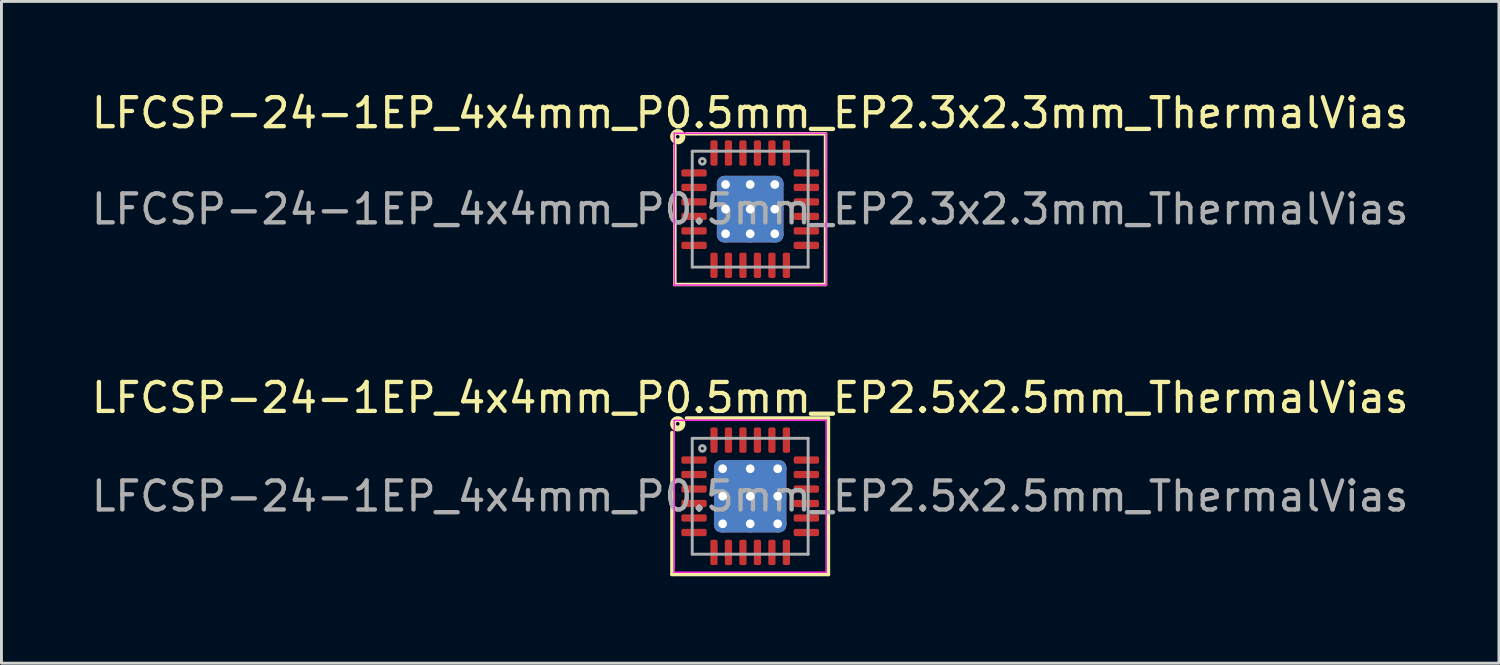
<source format=kicad_pcb>
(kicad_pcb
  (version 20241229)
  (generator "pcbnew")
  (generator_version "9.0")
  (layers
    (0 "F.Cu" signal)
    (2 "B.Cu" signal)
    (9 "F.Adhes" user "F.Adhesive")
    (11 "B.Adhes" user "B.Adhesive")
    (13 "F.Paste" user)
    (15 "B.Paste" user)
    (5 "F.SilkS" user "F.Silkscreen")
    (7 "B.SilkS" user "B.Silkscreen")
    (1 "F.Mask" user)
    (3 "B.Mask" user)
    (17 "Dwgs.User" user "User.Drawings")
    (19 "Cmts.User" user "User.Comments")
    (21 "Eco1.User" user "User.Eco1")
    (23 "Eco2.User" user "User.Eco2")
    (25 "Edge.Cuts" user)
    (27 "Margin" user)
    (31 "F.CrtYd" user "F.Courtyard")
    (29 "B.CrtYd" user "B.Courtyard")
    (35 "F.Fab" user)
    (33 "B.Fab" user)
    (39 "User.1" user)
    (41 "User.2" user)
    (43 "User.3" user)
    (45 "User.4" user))
  (footprint "LFCSP-24-1EP_4x4mm_P0.5mm_EP2.5x2.5mm_ThermalVias"
    (layer "F.Cu")
    (at 22.839 14.076)
    (property "Reference" "LFCSP-24-1EP_4x4mm_P0.5mm_EP2.5x2.5mm_ThermalVias" (at 0 -3.4 0) (layer "F.SilkS") (effects (font (size 1 1) (thickness 0.15))))
    (attr smd)
    (fp_line (start -2.7 2.7) (end -2.7 -2.2) (stroke (width 0.12) (type solid)) (layer "F.SilkS"))
    (fp_line (start 2.7 -2.7) (end -2.2 -2.7) (stroke (width 0.12) (type solid)) (layer "F.SilkS"))
    (fp_line (start 2.7 -2.7) (end 2.7 2.7) (stroke (width 0.12) (type solid)) (layer "F.SilkS"))
    (fp_line (start 2.7 2.7) (end -2.7 2.7) (stroke (width 0.12) (type solid)) (layer "F.SilkS"))
    (fp_circle (center -2.5 -2.5) (end -2.437 -2.5) (stroke (width 0.2) (type solid)) (fill no) (layer "F.SilkS"))
    (fp_line (start -2.62 -2.62) (end -2.62 2.62) (stroke (width 0.05) (type solid)) (layer "F.CrtYd"))
    (fp_line (start -2.62 2.62) (end 2.62 2.62) (stroke (width 0.05) (type solid)) (layer "F.CrtYd"))
    (fp_line (start 2.62 -2.62) (end -2.62 -2.62) (stroke (width 0.05) (type solid)) (layer "F.CrtYd"))
    (fp_line (start 2.62 2.62) (end 2.62 -2.62) (stroke (width 0.05) (type solid)) (layer "F.CrtYd"))
    (fp_line (start -2 -2) (end 2 -2) (stroke (width 0.1) (type solid)) (layer "F.Fab"))
    (fp_line (start -2 2) (end -2 -2) (stroke (width 0.1) (type solid)) (layer "F.Fab"))
    (fp_line (start 2 -2) (end 2 2) (stroke (width 0.1) (type solid)) (layer "F.Fab"))
    (fp_line (start 2 2) (end -2 2) (stroke (width 0.1) (type solid)) (layer "F.Fab"))
    (fp_circle (center -1.65 -1.65) (end -1.55 -1.65) (stroke (width 0.1) (type solid)) (fill no) (layer "F.Fab"))
    (fp_text user "${REFERENCE}" (at 0 0 0) (layer "F.Fab") (effects (font (size 1 1) (thickness 0.15))))
    (pad "" smd roundrect (at -0.625 -0.625) (size 1.08 1.08) (layers "F.Paste") (roundrect_rratio 0.231))
    (pad "" smd roundrect (at -0.625 0.625) (size 1.08 1.08) (layers "F.Paste") (roundrect_rratio 0.231))
    (pad "" smd roundrect (at 0.625 -0.625) (size 1.08 1.08) (layers "F.Paste") (roundrect_rratio 0.231))
    (pad "" smd roundrect (at 0.625 0.625) (size 1.08 1.08) (layers "F.Paste") (roundrect_rratio 0.231))
    (pad "1" smd roundrect (at -1.938 -1.25) (size 0.875 0.25) (layers "F.Cu" "F.Mask" "F.Paste") (roundrect_rratio 0.25))
    (pad "2" smd roundrect (at -1.938 -0.75) (size 0.875 0.25) (layers "F.Cu" "F.Mask" "F.Paste") (roundrect_rratio 0.25))
    (pad "3" smd roundrect (at -1.938 -0.25) (size 0.875 0.25) (layers "F.Cu" "F.Mask" "F.Paste") (roundrect_rratio 0.25))
    (pad "4" smd roundrect (at -1.938 0.25) (size 0.875 0.25) (layers "F.Cu" "F.Mask" "F.Paste") (roundrect_rratio 0.25))
    (pad "5" smd roundrect (at -1.938 0.75) (size 0.875 0.25) (layers "F.Cu" "F.Mask" "F.Paste") (roundrect_rratio 0.25))
    (pad "6" smd roundrect (at -1.938 1.25) (size 0.875 0.25) (layers "F.Cu" "F.Mask" "F.Paste") (roundrect_rratio 0.25))
    (pad "7" smd roundrect (at -1.25 1.938) (size 0.25 0.875) (layers "F.Cu" "F.Mask" "F.Paste") (roundrect_rratio 0.25))
    (pad "8" smd roundrect (at -0.75 1.938) (size 0.25 0.875) (layers "F.Cu" "F.Mask" "F.Paste") (roundrect_rratio 0.25))
    (pad "9" smd roundrect (at -0.25 1.938) (size 0.25 0.875) (layers "F.Cu" "F.Mask" "F.Paste") (roundrect_rratio 0.25))
    (pad "10" smd roundrect (at 0.25 1.938) (size 0.25 0.875) (layers "F.Cu" "F.Mask" "F.Paste") (roundrect_rratio 0.25))
    (pad "11" smd roundrect (at 0.75 1.938) (size 0.25 0.875) (layers "F.Cu" "F.Mask" "F.Paste") (roundrect_rratio 0.25))
    (pad "12" smd roundrect (at 1.25 1.938) (size 0.25 0.875) (layers "F.Cu" "F.Mask" "F.Paste") (roundrect_rratio 0.25))
    (pad "13" smd roundrect (at 1.938 1.25) (size 0.875 0.25) (layers "F.Cu" "F.Mask" "F.Paste") (roundrect_rratio 0.25))
    (pad "14" smd roundrect (at 1.938 0.75) (size 0.875 0.25) (layers "F.Cu" "F.Mask" "F.Paste") (roundrect_rratio 0.25))
    (pad "15" smd roundrect (at 1.938 0.25) (size 0.875 0.25) (layers "F.Cu" "F.Mask" "F.Paste") (roundrect_rratio 0.25))
    (pad "16" smd roundrect (at 1.938 -0.25) (size 0.875 0.25) (layers "F.Cu" "F.Mask" "F.Paste") (roundrect_rratio 0.25))
    (pad "17" smd roundrect (at 1.938 -0.75) (size 0.875 0.25) (layers "F.Cu" "F.Mask" "F.Paste") (roundrect_rratio 0.25))
    (pad "18" smd roundrect (at 1.938 -1.25) (size 0.875 0.25) (layers "F.Cu" "F.Mask" "F.Paste") (roundrect_rratio 0.25))
    (pad "19" smd roundrect (at 1.25 -1.938) (size 0.25 0.875) (layers "F.Cu" "F.Mask" "F.Paste") (roundrect_rratio 0.25))
    (pad "20" smd roundrect (at 0.75 -1.938) (size 0.25 0.875) (layers "F.Cu" "F.Mask" "F.Paste") (roundrect_rratio 0.25))
    (pad "21" smd roundrect (at 0.25 -1.938) (size 0.25 0.875) (layers "F.Cu" "F.Mask" "F.Paste") (roundrect_rratio 0.25))
    (pad "22" smd roundrect (at -0.25 -1.938) (size 0.25 0.875) (layers "F.Cu" "F.Mask" "F.Paste") (roundrect_rratio 0.25))
    (pad "23" smd roundrect (at -0.75 -1.938) (size 0.25 0.875) (layers "F.Cu" "F.Mask" "F.Paste") (roundrect_rratio 0.25))
    (pad "24" smd roundrect (at -1.25 -1.938) (size 0.25 0.875) (layers "F.Cu" "F.Mask" "F.Paste") (roundrect_rratio 0.25))
    (pad "25" thru_hole circle (at -0.95 -0.95) (size 0.6 0.6) (drill 0.3) (property pad_prop_heatsink) (layers "*.Cu"))
    (pad "25" thru_hole circle (at -0.95 0) (size 0.6 0.6) (drill 0.3) (property pad_prop_heatsink) (layers "*.Cu"))
    (pad "25" thru_hole circle (at -0.95 0.95) (size 0.6 0.6) (drill 0.3) (property pad_prop_heatsink) (layers "*.Cu"))
    (pad "25" thru_hole circle (at 0 -0.95) (size 0.6 0.6) (drill 0.3) (property pad_prop_heatsink) (layers "*.Cu"))
    (pad "25" thru_hole circle (at 0 0) (size 0.6 0.6) (drill 0.3) (property pad_prop_heatsink) (layers "*.Cu"))
    (pad "25" smd roundrect (at 0 0) (size 2.5 2.5) (layers "F.Cu" "F.Mask") (roundrect_rratio 0.1))
    (pad "25" smd roundrect (at 0 0) (size 2.5 2.5) (layers "B.Cu" "B.Mask") (roundrect_rratio 0.1))
    (pad "25" thru_hole circle (at 0 0.95) (size 0.6 0.6) (drill 0.3) (property pad_prop_heatsink) (layers "*.Cu"))
    (pad "25" thru_hole circle (at 0.95 -0.95) (size 0.6 0.6) (drill 0.3) (property pad_prop_heatsink) (layers "*.Cu"))
    (pad "25" thru_hole circle (at 0.95 0) (size 0.6 0.6) (drill 0.3) (property pad_prop_heatsink) (layers "*.Cu"))
    (pad "25" thru_hole circle (at 0.95 0.95) (size 0.6 0.6) (drill 0.3) (property pad_prop_heatsink) (layers "*.Cu")))
  (footprint "LFCSP-24-1EP_4x4mm_P0.5mm_EP2.3x2.3mm_ThermalVias"
    (layer "F.Cu")
    (at 22.839 4.168)
    (property "Reference" "LFCSP-24-1EP_4x4mm_P0.5mm_EP2.3x2.3mm_ThermalVias" (at 0 -3.32 0) (layer "F.SilkS") (effects (font (size 1 1) (thickness 0.15))))
    (attr smd)
    (fp_line (start -2.6 2.6) (end -2.6 -2.2) (stroke (width 0.12) (type solid)) (layer "F.SilkS"))
    (fp_line (start 2.6 -2.6) (end -2.2 -2.6) (stroke (width 0.12) (type solid)) (layer "F.SilkS"))
    (fp_line (start 2.6 -2.6) (end 2.6 2.6) (stroke (width 0.12) (type solid)) (layer "F.SilkS"))
    (fp_line (start 2.6 2.6) (end -2.6 2.6) (stroke (width 0.12) (type solid)) (layer "F.SilkS"))
    (fp_circle (center -2.5 -2.5) (end -2.437 -2.5) (stroke (width 0.2) (type solid)) (fill no) (layer "F.SilkS"))
    (fp_line (start -2.62 -2.62) (end -2.62 2.62) (stroke (width 0.05) (type solid)) (layer "F.CrtYd"))
    (fp_line (start -2.62 2.62) (end 2.62 2.62) (stroke (width 0.05) (type solid)) (layer "F.CrtYd"))
    (fp_line (start 2.62 -2.62) (end -2.62 -2.62) (stroke (width 0.05) (type solid)) (layer "F.CrtYd"))
    (fp_line (start 2.62 2.62) (end 2.62 -2.62) (stroke (width 0.05) (type solid)) (layer "F.CrtYd"))
    (fp_line (start -2 -2) (end 2 -2) (stroke (width 0.1) (type solid)) (layer "F.Fab"))
    (fp_line (start -2 2) (end -2 -2) (stroke (width 0.1) (type solid)) (layer "F.Fab"))
    (fp_line (start 2 -2) (end 2 2) (stroke (width 0.1) (type solid)) (layer "F.Fab"))
    (fp_line (start 2 2) (end -2 2) (stroke (width 0.1) (type solid)) (layer "F.Fab"))
    (fp_circle (center -1.65 -1.65) (end -1.55 -1.65) (stroke (width 0.1) (type solid)) (fill no) (layer "F.Fab"))
    (fp_text user "${REFERENCE}" (at 0 0 0) (layer "F.Fab") (effects (font (size 1 1) (thickness 0.15))))
    (pad "" smd roundrect (at -0.575 -0.575) (size 0.96 0.96) (layers "F.Paste") (roundrect_rratio 0.25))
    (pad "" smd roundrect (at -0.575 0.575) (size 0.96 0.96) (layers "F.Paste") (roundrect_rratio 0.25))
    (pad "" smd roundrect (at 0.575 -0.575) (size 0.96 0.96) (layers "F.Paste") (roundrect_rratio 0.25))
    (pad "" smd roundrect (at 0.575 0.575) (size 0.96 0.96) (layers "F.Paste") (roundrect_rratio 0.25))
    (pad "1" smd roundrect (at -1.938 -1.25) (size 0.875 0.25) (layers "F.Cu" "F.Mask" "F.Paste") (roundrect_rratio 0.25))
    (pad "2" smd roundrect (at -1.938 -0.75) (size 0.875 0.25) (layers "F.Cu" "F.Mask" "F.Paste") (roundrect_rratio 0.25))
    (pad "3" smd roundrect (at -1.938 -0.25) (size 0.875 0.25) (layers "F.Cu" "F.Mask" "F.Paste") (roundrect_rratio 0.25))
    (pad "4" smd roundrect (at -1.938 0.25) (size 0.875 0.25) (layers "F.Cu" "F.Mask" "F.Paste") (roundrect_rratio 0.25))
    (pad "5" smd roundrect (at -1.938 0.75) (size 0.875 0.25) (layers "F.Cu" "F.Mask" "F.Paste") (roundrect_rratio 0.25))
    (pad "6" smd roundrect (at -1.938 1.25) (size 0.875 0.25) (layers "F.Cu" "F.Mask" "F.Paste") (roundrect_rratio 0.25))
    (pad "7" smd roundrect (at -1.25 1.938) (size 0.25 0.875) (layers "F.Cu" "F.Mask" "F.Paste") (roundrect_rratio 0.25))
    (pad "8" smd roundrect (at -0.75 1.938) (size 0.25 0.875) (layers "F.Cu" "F.Mask" "F.Paste") (roundrect_rratio 0.25))
    (pad "9" smd roundrect (at -0.25 1.938) (size 0.25 0.875) (layers "F.Cu" "F.Mask" "F.Paste") (roundrect_rratio 0.25))
    (pad "10" smd roundrect (at 0.25 1.938) (size 0.25 0.875) (layers "F.Cu" "F.Mask" "F.Paste") (roundrect_rratio 0.25))
    (pad "11" smd roundrect (at 0.75 1.938) (size 0.25 0.875) (layers "F.Cu" "F.Mask" "F.Paste") (roundrect_rratio 0.25))
    (pad "12" smd roundrect (at 1.25 1.938) (size 0.25 0.875) (layers "F.Cu" "F.Mask" "F.Paste") (roundrect_rratio 0.25))
    (pad "13" smd roundrect (at 1.938 1.25) (size 0.875 0.25) (layers "F.Cu" "F.Mask" "F.Paste") (roundrect_rratio 0.25))
    (pad "14" smd roundrect (at 1.938 0.75) (size 0.875 0.25) (layers "F.Cu" "F.Mask" "F.Paste") (roundrect_rratio 0.25))
    (pad "15" smd roundrect (at 1.938 0.25) (size 0.875 0.25) (layers "F.Cu" "F.Mask" "F.Paste") (roundrect_rratio 0.25))
    (pad "16" smd roundrect (at 1.938 -0.25) (size 0.875 0.25) (layers "F.Cu" "F.Mask" "F.Paste") (roundrect_rratio 0.25))
    (pad "17" smd roundrect (at 1.938 -0.75) (size 0.875 0.25) (layers "F.Cu" "F.Mask" "F.Paste") (roundrect_rratio 0.25))
    (pad "18" smd roundrect (at 1.938 -1.25) (size 0.875 0.25) (layers "F.Cu" "F.Mask" "F.Paste") (roundrect_rratio 0.25))
    (pad "19" smd roundrect (at 1.25 -1.938) (size 0.25 0.875) (layers "F.Cu" "F.Mask" "F.Paste") (roundrect_rratio 0.25))
    (pad "20" smd roundrect (at 0.75 -1.938) (size 0.25 0.875) (layers "F.Cu" "F.Mask" "F.Paste") (roundrect_rratio 0.25))
    (pad "21" smd roundrect (at 0.25 -1.938) (size 0.25 0.875) (layers "F.Cu" "F.Mask" "F.Paste") (roundrect_rratio 0.25))
    (pad "22" smd roundrect (at -0.25 -1.938) (size 0.25 0.875) (layers "F.Cu" "F.Mask" "F.Paste") (roundrect_rratio 0.25))
    (pad "23" smd roundrect (at -0.75 -1.938) (size 0.25 0.875) (layers "F.Cu" "F.Mask" "F.Paste") (roundrect_rratio 0.25))
    (pad "24" smd roundrect (at -1.25 -1.938) (size 0.25 0.875) (layers "F.Cu" "F.Mask" "F.Paste") (roundrect_rratio 0.25))
    (pad "25" thru_hole circle (at -0.85 -0.85) (size 0.6 0.6) (drill 0.3) (layers "*.Cu"))
    (pad "25" thru_hole circle (at -0.85 0) (size 0.6 0.6) (drill 0.3) (layers "*.Cu"))
    (pad "25" thru_hole circle (at -0.85 0.85) (size 0.6 0.6) (drill 0.3) (layers "*.Cu"))
    (pad "25" thru_hole circle (at 0 -0.85) (size 0.6 0.6) (drill 0.3) (layers "*.Cu"))
    (pad "25" thru_hole circle (at 0 0) (size 0.6 0.6) (drill 0.3) (layers "*.Cu"))
    (pad "25" smd roundrect (at 0 0) (size 2.3 2.3) (layers "F.Cu" "F.Mask") (roundrect_rratio 0.109))
    (pad "25" smd roundrect (at 0 0) (size 2.3 2.3) (layers "B.Cu" "B.Mask") (roundrect_rratio 0.109))
    (pad "25" thru_hole circle (at 0 0.85) (size 0.6 0.6) (drill 0.3) (layers "*.Cu"))
    (pad "25" thru_hole circle (at 0.85 -0.85) (size 0.6 0.6) (drill 0.3) (layers "*.Cu"))
    (pad "25" thru_hole circle (at 0.85 0) (size 0.6 0.6) (drill 0.3) (layers "*.Cu"))
    (pad "25" thru_hole circle (at 0.85 0.85) (size 0.6 0.6) (drill 0.3) (layers "*.Cu")))
  (gr_rect
    (start -3 -3)
    (end 48.679 19.837)
    (stroke (width 0.1) (type default))
    (fill no)
    (layer "Edge.Cuts")))
</source>
